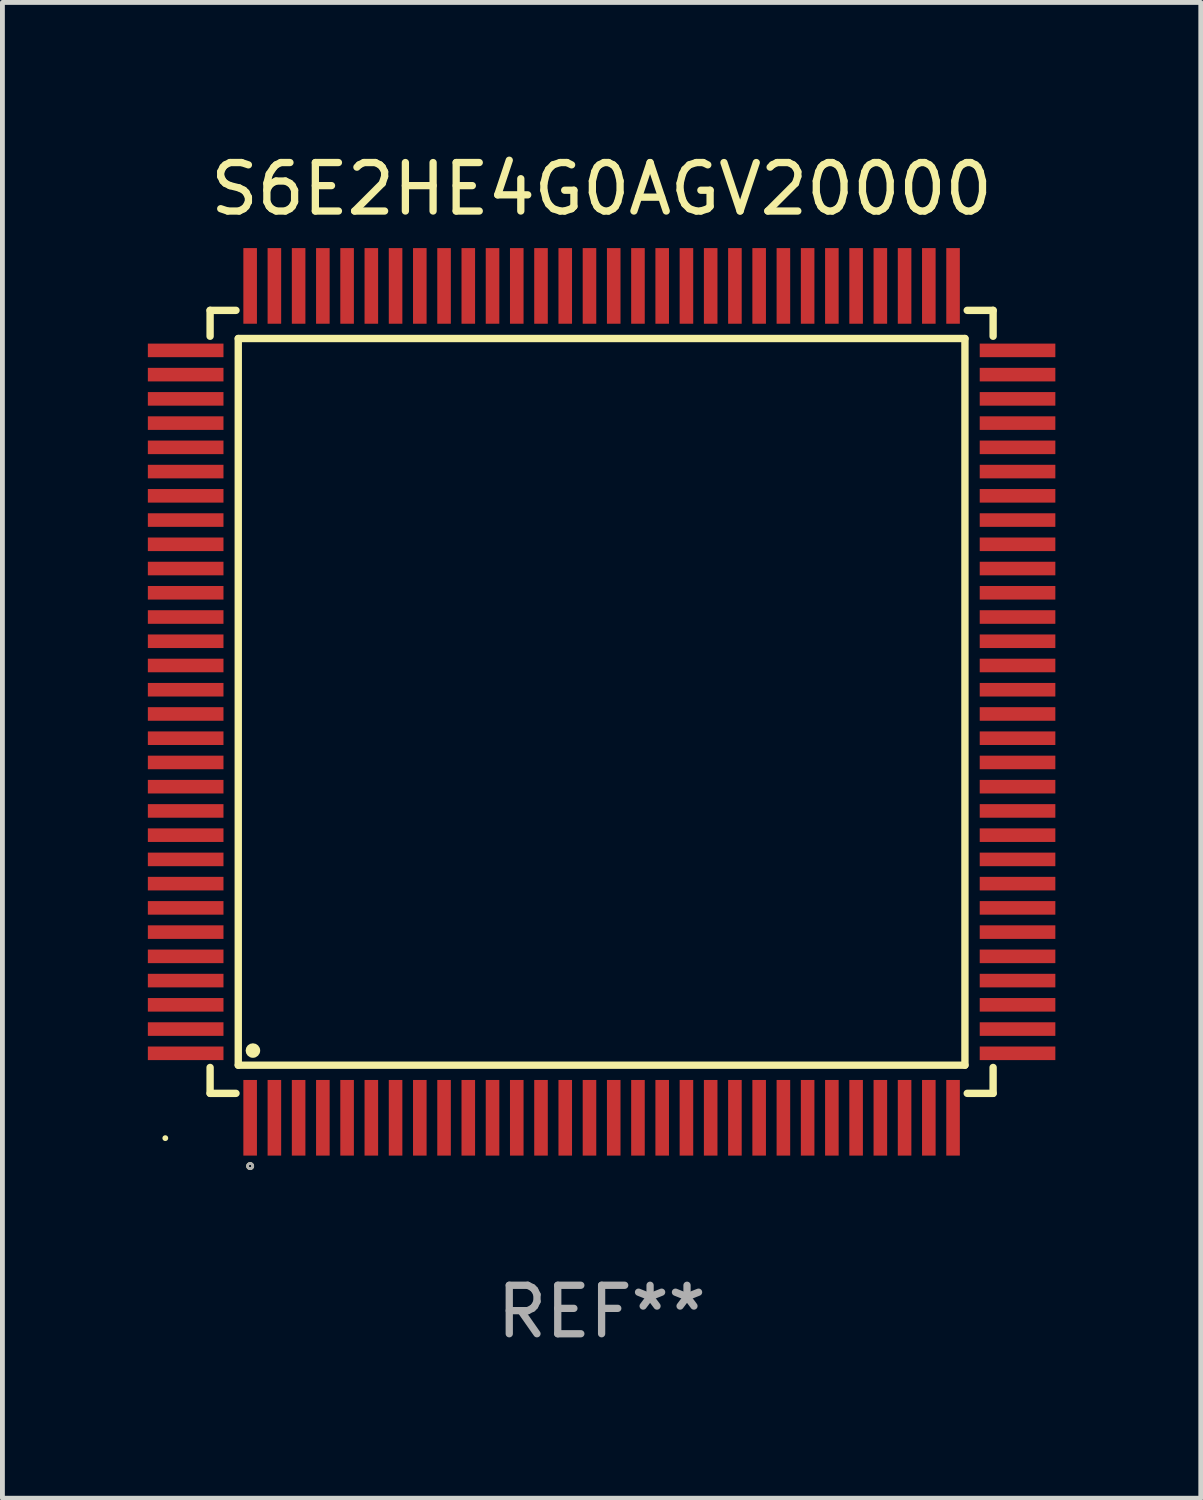
<source format=kicad_pcb>
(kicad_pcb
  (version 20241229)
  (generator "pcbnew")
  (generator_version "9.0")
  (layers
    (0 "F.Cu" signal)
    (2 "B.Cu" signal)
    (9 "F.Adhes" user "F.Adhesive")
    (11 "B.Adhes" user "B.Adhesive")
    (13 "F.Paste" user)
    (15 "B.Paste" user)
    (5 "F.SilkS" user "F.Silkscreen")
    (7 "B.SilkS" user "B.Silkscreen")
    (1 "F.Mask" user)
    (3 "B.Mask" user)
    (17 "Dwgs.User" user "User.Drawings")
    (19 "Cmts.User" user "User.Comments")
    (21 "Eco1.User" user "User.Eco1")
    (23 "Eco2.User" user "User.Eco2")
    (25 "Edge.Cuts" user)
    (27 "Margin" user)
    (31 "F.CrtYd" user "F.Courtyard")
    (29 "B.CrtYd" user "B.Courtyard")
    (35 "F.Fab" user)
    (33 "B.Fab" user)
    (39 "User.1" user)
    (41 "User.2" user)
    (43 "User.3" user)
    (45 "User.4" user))
  (footprint "S6E2HE4G0AGV20000"
    (layer "F.Cu")
    (at 9.36 11.428)
    (property "Reference" "S6E2HE4G0AGV20000" (at 0 -10.58 0) (layer "F.SilkS") (effects (font (size 1 1) (thickness 0.15))))
    (attr through_hole)
    (fp_line (start -8.076 -8.076) (end -8.076 -7.542) (stroke (width 0.152) (type solid)) (layer "F.SilkS"))
    (fp_line (start -8.076 8.076) (end -8.076 7.542) (stroke (width 0.152) (type solid)) (layer "F.SilkS"))
    (fp_line (start -7.542 -8.076) (end -8.076 -8.076) (stroke (width 0.152) (type solid)) (layer "F.SilkS"))
    (fp_line (start -7.542 8.076) (end -8.076 8.076) (stroke (width 0.152) (type solid)) (layer "F.SilkS"))
    (fp_line (start -7.495 -7.495) (end 7.495 -7.495) (stroke (width 0.152) (type solid)) (layer "F.SilkS"))
    (fp_line (start -7.495 7.495) (end -7.495 -7.495) (stroke (width 0.152) (type solid)) (layer "F.SilkS"))
    (fp_line (start 7.495 -7.495) (end 7.495 7.495) (stroke (width 0.152) (type solid)) (layer "F.SilkS"))
    (fp_line (start 7.495 7.495) (end -7.495 7.495) (stroke (width 0.152) (type solid)) (layer "F.SilkS"))
    (fp_line (start 7.542 -8.076) (end 8.076 -8.076) (stroke (width 0.152) (type solid)) (layer "F.SilkS"))
    (fp_line (start 7.542 8.076) (end 8.076 8.076) (stroke (width 0.152) (type solid)) (layer "F.SilkS"))
    (fp_line (start 8.076 -8.076) (end 8.076 -7.542) (stroke (width 0.152) (type solid)) (layer "F.SilkS"))
    (fp_line (start 8.076 8.076) (end 8.076 7.542) (stroke (width 0.152) (type solid)) (layer "F.SilkS"))
    (fp_circle (center -9 9) (end -8.97 9) (stroke (width 0.06) (type solid)) (fill no) (layer "F.SilkS"))
    (fp_circle (center -7.25 9.576) (end -7.223 9.576) (stroke (width 0.055) (type solid)) (fill no) (layer "F.SilkS"))
    (fp_circle (center -7.193 7.193) (end -7.118 7.193) (stroke (width 0.15) (type solid)) (fill no) (layer "F.SilkS"))
    (fp_circle (center -7.25 9.576) (end -7.223 9.576) (stroke (width 0.055) (type solid)) (fill no) (layer "F.Fab"))
    (fp_text user "REF**" (at 0 12.58 0) (layer "F.Fab") (effects (font (size 1 1) (thickness 0.15))))
    (pad "1" smd rect (at -7.25 8.58) (size 0.28 1.56) (layers "F.Cu" "F.Mask" "F.Paste"))
    (pad "2" smd rect (at -6.75 8.58) (size 0.28 1.56) (layers "F.Cu" "F.Mask" "F.Paste"))
    (pad "3" smd rect (at -6.25 8.58) (size 0.28 1.56) (layers "F.Cu" "F.Mask" "F.Paste"))
    (pad "4" smd rect (at -5.75 8.58) (size 0.28 1.56) (layers "F.Cu" "F.Mask" "F.Paste"))
    (pad "5" smd rect (at -5.25 8.58) (size 0.28 1.56) (layers "F.Cu" "F.Mask" "F.Paste"))
    (pad "6" smd rect (at -4.75 8.58) (size 0.28 1.56) (layers "F.Cu" "F.Mask" "F.Paste"))
    (pad "7" smd rect (at -4.25 8.58) (size 0.28 1.56) (layers "F.Cu" "F.Mask" "F.Paste"))
    (pad "8" smd rect (at -3.75 8.58) (size 0.28 1.56) (layers "F.Cu" "F.Mask" "F.Paste"))
    (pad "9" smd rect (at -3.25 8.58) (size 0.28 1.56) (layers "F.Cu" "F.Mask" "F.Paste"))
    (pad "10" smd rect (at -2.75 8.58) (size 0.28 1.56) (layers "F.Cu" "F.Mask" "F.Paste"))
    (pad "11" smd rect (at -2.25 8.58) (size 0.28 1.56) (layers "F.Cu" "F.Mask" "F.Paste"))
    (pad "12" smd rect (at -1.75 8.58) (size 0.28 1.56) (layers "F.Cu" "F.Mask" "F.Paste"))
    (pad "13" smd rect (at -1.25 8.58) (size 0.28 1.56) (layers "F.Cu" "F.Mask" "F.Paste"))
    (pad "14" smd rect (at -0.75 8.58) (size 0.28 1.56) (layers "F.Cu" "F.Mask" "F.Paste"))
    (pad "15" smd rect (at -0.25 8.58) (size 0.28 1.56) (layers "F.Cu" "F.Mask" "F.Paste"))
    (pad "16" smd rect (at 0.25 8.58) (size 0.28 1.56) (layers "F.Cu" "F.Mask" "F.Paste"))
    (pad "17" smd rect (at 0.75 8.58) (size 0.28 1.56) (layers "F.Cu" "F.Mask" "F.Paste"))
    (pad "18" smd rect (at 1.25 8.58) (size 0.28 1.56) (layers "F.Cu" "F.Mask" "F.Paste"))
    (pad "19" smd rect (at 1.75 8.58) (size 0.28 1.56) (layers "F.Cu" "F.Mask" "F.Paste"))
    (pad "20" smd rect (at 2.25 8.58) (size 0.28 1.56) (layers "F.Cu" "F.Mask" "F.Paste"))
    (pad "21" smd rect (at 2.75 8.58) (size 0.28 1.56) (layers "F.Cu" "F.Mask" "F.Paste"))
    (pad "22" smd rect (at 3.25 8.58) (size 0.28 1.56) (layers "F.Cu" "F.Mask" "F.Paste"))
    (pad "23" smd rect (at 3.75 8.58) (size 0.28 1.56) (layers "F.Cu" "F.Mask" "F.Paste"))
    (pad "24" smd rect (at 4.25 8.58) (size 0.28 1.56) (layers "F.Cu" "F.Mask" "F.Paste"))
    (pad "25" smd rect (at 4.75 8.58) (size 0.28 1.56) (layers "F.Cu" "F.Mask" "F.Paste"))
    (pad "26" smd rect (at 5.25 8.58) (size 0.28 1.56) (layers "F.Cu" "F.Mask" "F.Paste"))
    (pad "27" smd rect (at 5.75 8.58) (size 0.28 1.56) (layers "F.Cu" "F.Mask" "F.Paste"))
    (pad "28" smd rect (at 6.25 8.58) (size 0.28 1.56) (layers "F.Cu" "F.Mask" "F.Paste"))
    (pad "29" smd rect (at 6.75 8.58) (size 0.28 1.56) (layers "F.Cu" "F.Mask" "F.Paste"))
    (pad "30" smd rect (at 7.25 8.58) (size 0.28 1.56) (layers "F.Cu" "F.Mask" "F.Paste"))
    (pad "31" smd rect (at 8.58 7.25) (size 1.56 0.28) (layers "F.Cu" "F.Mask" "F.Paste"))
    (pad "32" smd rect (at 8.58 6.75) (size 1.56 0.28) (layers "F.Cu" "F.Mask" "F.Paste"))
    (pad "33" smd rect (at 8.58 6.25) (size 1.56 0.28) (layers "F.Cu" "F.Mask" "F.Paste"))
    (pad "34" smd rect (at 8.58 5.75) (size 1.56 0.28) (layers "F.Cu" "F.Mask" "F.Paste"))
    (pad "35" smd rect (at 8.58 5.25) (size 1.56 0.28) (layers "F.Cu" "F.Mask" "F.Paste"))
    (pad "36" smd rect (at 8.58 4.75) (size 1.56 0.28) (layers "F.Cu" "F.Mask" "F.Paste"))
    (pad "37" smd rect (at 8.58 4.25) (size 1.56 0.28) (layers "F.Cu" "F.Mask" "F.Paste"))
    (pad "38" smd rect (at 8.58 3.75) (size 1.56 0.28) (layers "F.Cu" "F.Mask" "F.Paste"))
    (pad "39" smd rect (at 8.58 3.25) (size 1.56 0.28) (layers "F.Cu" "F.Mask" "F.Paste"))
    (pad "40" smd rect (at 8.58 2.75) (size 1.56 0.28) (layers "F.Cu" "F.Mask" "F.Paste"))
    (pad "41" smd rect (at 8.58 2.25) (size 1.56 0.28) (layers "F.Cu" "F.Mask" "F.Paste"))
    (pad "42" smd rect (at 8.58 1.75) (size 1.56 0.28) (layers "F.Cu" "F.Mask" "F.Paste"))
    (pad "43" smd rect (at 8.58 1.25) (size 1.56 0.28) (layers "F.Cu" "F.Mask" "F.Paste"))
    (pad "44" smd rect (at 8.58 0.75) (size 1.56 0.28) (layers "F.Cu" "F.Mask" "F.Paste"))
    (pad "45" smd rect (at 8.58 0.25) (size 1.56 0.28) (layers "F.Cu" "F.Mask" "F.Paste"))
    (pad "46" smd rect (at 8.58 -0.25) (size 1.56 0.28) (layers "F.Cu" "F.Mask" "F.Paste"))
    (pad "47" smd rect (at 8.58 -0.75) (size 1.56 0.28) (layers "F.Cu" "F.Mask" "F.Paste"))
    (pad "48" smd rect (at 8.58 -1.25) (size 1.56 0.28) (layers "F.Cu" "F.Mask" "F.Paste"))
    (pad "49" smd rect (at 8.58 -1.75) (size 1.56 0.28) (layers "F.Cu" "F.Mask" "F.Paste"))
    (pad "50" smd rect (at 8.58 -2.25) (size 1.56 0.28) (layers "F.Cu" "F.Mask" "F.Paste"))
    (pad "51" smd rect (at 8.58 -2.75) (size 1.56 0.28) (layers "F.Cu" "F.Mask" "F.Paste"))
    (pad "52" smd rect (at 8.58 -3.25) (size 1.56 0.28) (layers "F.Cu" "F.Mask" "F.Paste"))
    (pad "53" smd rect (at 8.58 -3.75) (size 1.56 0.28) (layers "F.Cu" "F.Mask" "F.Paste"))
    (pad "54" smd rect (at 8.58 -4.25) (size 1.56 0.28) (layers "F.Cu" "F.Mask" "F.Paste"))
    (pad "55" smd rect (at 8.58 -4.75) (size 1.56 0.28) (layers "F.Cu" "F.Mask" "F.Paste"))
    (pad "56" smd rect (at 8.58 -5.25) (size 1.56 0.28) (layers "F.Cu" "F.Mask" "F.Paste"))
    (pad "57" smd rect (at 8.58 -5.75) (size 1.56 0.28) (layers "F.Cu" "F.Mask" "F.Paste"))
    (pad "58" smd rect (at 8.58 -6.25) (size 1.56 0.28) (layers "F.Cu" "F.Mask" "F.Paste"))
    (pad "59" smd rect (at 8.58 -6.75) (size 1.56 0.28) (layers "F.Cu" "F.Mask" "F.Paste"))
    (pad "60" smd rect (at 8.58 -7.25) (size 1.56 0.28) (layers "F.Cu" "F.Mask" "F.Paste"))
    (pad "61" smd rect (at 7.25 -8.58) (size 0.28 1.56) (layers "F.Cu" "F.Mask" "F.Paste"))
    (pad "62" smd rect (at 6.75 -8.58) (size 0.28 1.56) (layers "F.Cu" "F.Mask" "F.Paste"))
    (pad "63" smd rect (at 6.25 -8.58) (size 0.28 1.56) (layers "F.Cu" "F.Mask" "F.Paste"))
    (pad "64" smd rect (at 5.75 -8.58) (size 0.28 1.56) (layers "F.Cu" "F.Mask" "F.Paste"))
    (pad "65" smd rect (at 5.25 -8.58) (size 0.28 1.56) (layers "F.Cu" "F.Mask" "F.Paste"))
    (pad "66" smd rect (at 4.75 -8.58) (size 0.28 1.56) (layers "F.Cu" "F.Mask" "F.Paste"))
    (pad "67" smd rect (at 4.25 -8.58) (size 0.28 1.56) (layers "F.Cu" "F.Mask" "F.Paste"))
    (pad "68" smd rect (at 3.75 -8.58) (size 0.28 1.56) (layers "F.Cu" "F.Mask" "F.Paste"))
    (pad "69" smd rect (at 3.25 -8.58) (size 0.28 1.56) (layers "F.Cu" "F.Mask" "F.Paste"))
    (pad "70" smd rect (at 2.75 -8.58) (size 0.28 1.56) (layers "F.Cu" "F.Mask" "F.Paste"))
    (pad "71" smd rect (at 2.25 -8.58) (size 0.28 1.56) (layers "F.Cu" "F.Mask" "F.Paste"))
    (pad "72" smd rect (at 1.75 -8.58) (size 0.28 1.56) (layers "F.Cu" "F.Mask" "F.Paste"))
    (pad "73" smd rect (at 1.25 -8.58) (size 0.28 1.56) (layers "F.Cu" "F.Mask" "F.Paste"))
    (pad "74" smd rect (at 0.75 -8.58) (size 0.28 1.56) (layers "F.Cu" "F.Mask" "F.Paste"))
    (pad "75" smd rect (at 0.25 -8.58) (size 0.28 1.56) (layers "F.Cu" "F.Mask" "F.Paste"))
    (pad "76" smd rect (at -0.25 -8.58) (size 0.28 1.56) (layers "F.Cu" "F.Mask" "F.Paste"))
    (pad "77" smd rect (at -0.75 -8.58) (size 0.28 1.56) (layers "F.Cu" "F.Mask" "F.Paste"))
    (pad "78" smd rect (at -1.25 -8.58) (size 0.28 1.56) (layers "F.Cu" "F.Mask" "F.Paste"))
    (pad "79" smd rect (at -1.75 -8.58) (size 0.28 1.56) (layers "F.Cu" "F.Mask" "F.Paste"))
    (pad "80" smd rect (at -2.25 -8.58) (size 0.28 1.56) (layers "F.Cu" "F.Mask" "F.Paste"))
    (pad "81" smd rect (at -2.75 -8.58) (size 0.28 1.56) (layers "F.Cu" "F.Mask" "F.Paste"))
    (pad "82" smd rect (at -3.25 -8.58) (size 0.28 1.56) (layers "F.Cu" "F.Mask" "F.Paste"))
    (pad "83" smd rect (at -3.75 -8.58) (size 0.28 1.56) (layers "F.Cu" "F.Mask" "F.Paste"))
    (pad "84" smd rect (at -4.25 -8.58) (size 0.28 1.56) (layers "F.Cu" "F.Mask" "F.Paste"))
    (pad "85" smd rect (at -4.75 -8.58) (size 0.28 1.56) (layers "F.Cu" "F.Mask" "F.Paste"))
    (pad "86" smd rect (at -5.25 -8.58) (size 0.28 1.56) (layers "F.Cu" "F.Mask" "F.Paste"))
    (pad "87" smd rect (at -5.75 -8.58) (size 0.28 1.56) (layers "F.Cu" "F.Mask" "F.Paste"))
    (pad "88" smd rect (at -6.25 -8.58) (size 0.28 1.56) (layers "F.Cu" "F.Mask" "F.Paste"))
    (pad "89" smd rect (at -6.75 -8.58) (size 0.28 1.56) (layers "F.Cu" "F.Mask" "F.Paste"))
    (pad "90" smd rect (at -7.25 -8.58) (size 0.28 1.56) (layers "F.Cu" "F.Mask" "F.Paste"))
    (pad "91" smd rect (at -8.58 -7.25) (size 1.56 0.28) (layers "F.Cu" "F.Mask" "F.Paste"))
    (pad "92" smd rect (at -8.58 -6.75) (size 1.56 0.28) (layers "F.Cu" "F.Mask" "F.Paste"))
    (pad "93" smd rect (at -8.58 -6.25) (size 1.56 0.28) (layers "F.Cu" "F.Mask" "F.Paste"))
    (pad "94" smd rect (at -8.58 -5.75) (size 1.56 0.28) (layers "F.Cu" "F.Mask" "F.Paste"))
    (pad "95" smd rect (at -8.58 -5.25) (size 1.56 0.28) (layers "F.Cu" "F.Mask" "F.Paste"))
    (pad "96" smd rect (at -8.58 -4.75) (size 1.56 0.28) (layers "F.Cu" "F.Mask" "F.Paste"))
    (pad "97" smd rect (at -8.58 -4.25) (size 1.56 0.28) (layers "F.Cu" "F.Mask" "F.Paste"))
    (pad "98" smd rect (at -8.58 -3.75) (size 1.56 0.28) (layers "F.Cu" "F.Mask" "F.Paste"))
    (pad "99" smd rect (at -8.58 -3.25) (size 1.56 0.28) (layers "F.Cu" "F.Mask" "F.Paste"))
    (pad "100" smd rect (at -8.58 -2.75) (size 1.56 0.28) (layers "F.Cu" "F.Mask" "F.Paste"))
    (pad "101" smd rect (at -8.58 -2.25) (size 1.56 0.28) (layers "F.Cu" "F.Mask" "F.Paste"))
    (pad "102" smd rect (at -8.58 -1.75) (size 1.56 0.28) (layers "F.Cu" "F.Mask" "F.Paste"))
    (pad "103" smd rect (at -8.58 -1.25) (size 1.56 0.28) (layers "F.Cu" "F.Mask" "F.Paste"))
    (pad "104" smd rect (at -8.58 -0.75) (size 1.56 0.28) (layers "F.Cu" "F.Mask" "F.Paste"))
    (pad "105" smd rect (at -8.58 -0.25) (size 1.56 0.28) (layers "F.Cu" "F.Mask" "F.Paste"))
    (pad "106" smd rect (at -8.58 0.25) (size 1.56 0.28) (layers "F.Cu" "F.Mask" "F.Paste"))
    (pad "107" smd rect (at -8.58 0.75) (size 1.56 0.28) (layers "F.Cu" "F.Mask" "F.Paste"))
    (pad "108" smd rect (at -8.58 1.25) (size 1.56 0.28) (layers "F.Cu" "F.Mask" "F.Paste"))
    (pad "109" smd rect (at -8.58 1.75) (size 1.56 0.28) (layers "F.Cu" "F.Mask" "F.Paste"))
    (pad "110" smd rect (at -8.58 2.25) (size 1.56 0.28) (layers "F.Cu" "F.Mask" "F.Paste"))
    (pad "111" smd rect (at -8.58 2.75) (size 1.56 0.28) (layers "F.Cu" "F.Mask" "F.Paste"))
    (pad "112" smd rect (at -8.58 3.25) (size 1.56 0.28) (layers "F.Cu" "F.Mask" "F.Paste"))
    (pad "113" smd rect (at -8.58 3.75) (size 1.56 0.28) (layers "F.Cu" "F.Mask" "F.Paste"))
    (pad "114" smd rect (at -8.58 4.25) (size 1.56 0.28) (layers "F.Cu" "F.Mask" "F.Paste"))
    (pad "115" smd rect (at -8.58 4.75) (size 1.56 0.28) (layers "F.Cu" "F.Mask" "F.Paste"))
    (pad "116" smd rect (at -8.58 5.25) (size 1.56 0.28) (layers "F.Cu" "F.Mask" "F.Paste"))
    (pad "117" smd rect (at -8.58 5.75) (size 1.56 0.28) (layers "F.Cu" "F.Mask" "F.Paste"))
    (pad "118" smd rect (at -8.58 6.25) (size 1.56 0.28) (layers "F.Cu" "F.Mask" "F.Paste"))
    (pad "119" smd rect (at -8.58 6.75) (size 1.56 0.28) (layers "F.Cu" "F.Mask" "F.Paste"))
    (pad "120" smd rect (at -8.58 7.25) (size 1.56 0.28) (layers "F.Cu" "F.Mask" "F.Paste")))
  (gr_rect
    (start -3 -3)
    (end 21.72 27.856)
    (stroke (width 0.1) (type default))
    (fill no)
    (layer "Edge.Cuts")))
</source>
